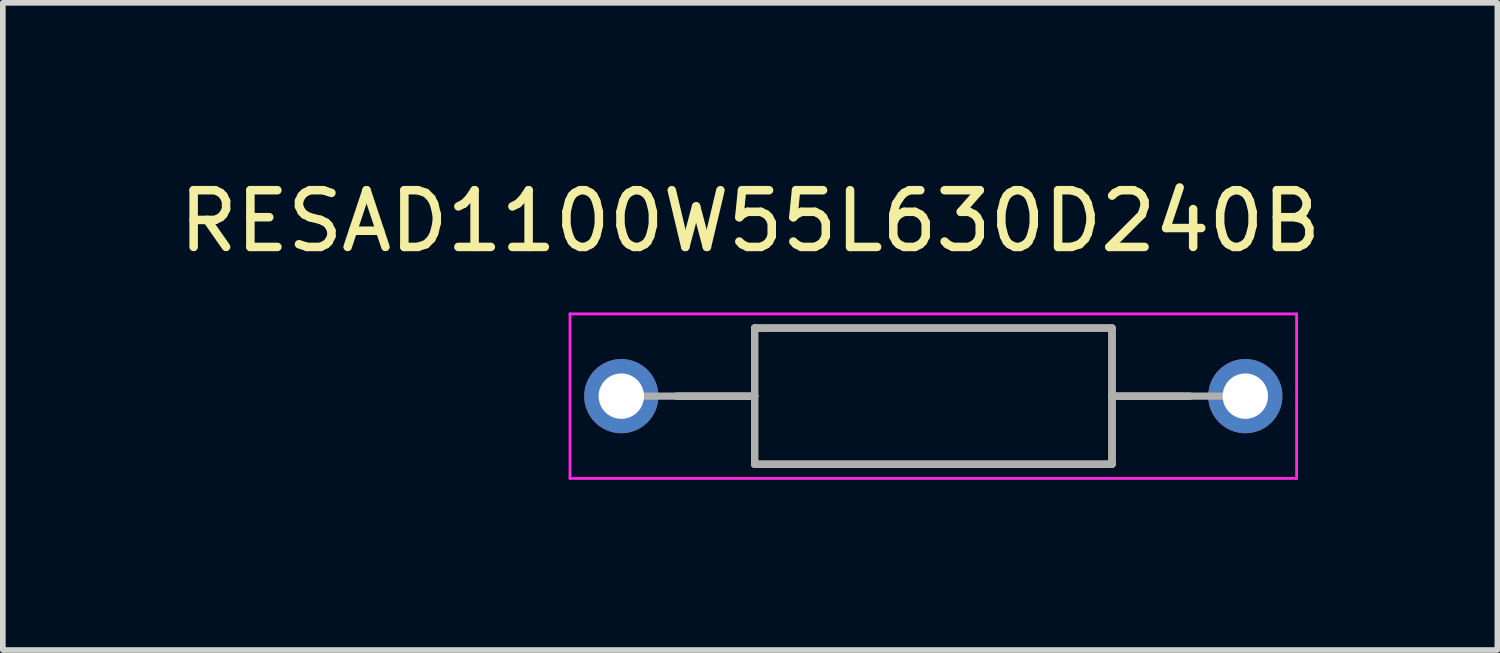
<source format=kicad_pcb>
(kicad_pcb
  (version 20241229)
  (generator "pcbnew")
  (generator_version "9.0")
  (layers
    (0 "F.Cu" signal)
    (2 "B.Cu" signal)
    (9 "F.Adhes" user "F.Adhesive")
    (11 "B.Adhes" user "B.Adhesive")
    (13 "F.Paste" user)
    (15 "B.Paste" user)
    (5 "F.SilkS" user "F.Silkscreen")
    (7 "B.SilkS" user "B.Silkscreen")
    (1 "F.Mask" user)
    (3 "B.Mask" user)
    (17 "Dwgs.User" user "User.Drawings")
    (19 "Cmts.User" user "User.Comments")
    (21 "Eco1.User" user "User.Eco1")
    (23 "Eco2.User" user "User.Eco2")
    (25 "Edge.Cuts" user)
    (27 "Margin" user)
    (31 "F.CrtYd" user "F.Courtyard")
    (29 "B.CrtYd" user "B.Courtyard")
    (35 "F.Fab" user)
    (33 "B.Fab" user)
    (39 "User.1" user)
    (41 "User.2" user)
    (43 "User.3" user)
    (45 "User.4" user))
  (footprint "RESAD1100W55L630D240B"
    (layer "F.Cu")
    (at 13.402 3.933)
    (property "Reference" "RESAD1100W55L630D240B" (at -3.229 -3.085 0) (layer "F.SilkS") (effects (font (size 1 1) (thickness 0.15))))
    (attr through_hole)
    (fp_line (start -4.526 0) (end -3.15 0) (stroke (width 0.127) (type solid)) (layer "F.SilkS"))
    (fp_line (start -3.15 -1.2) (end 3.15 -1.2) (stroke (width 0.127) (type solid)) (layer "F.SilkS"))
    (fp_line (start -3.15 0) (end -3.15 -1.2) (stroke (width 0.127) (type solid)) (layer "F.SilkS"))
    (fp_line (start -3.15 1.2) (end -3.15 0) (stroke (width 0.127) (type solid)) (layer "F.SilkS"))
    (fp_line (start 3.15 -1.2) (end 3.15 0) (stroke (width 0.127) (type solid)) (layer "F.SilkS"))
    (fp_line (start 3.15 0) (end 3.15 1.2) (stroke (width 0.127) (type solid)) (layer "F.SilkS"))
    (fp_line (start 3.15 0) (end 4.526 0) (stroke (width 0.127) (type solid)) (layer "F.SilkS"))
    (fp_line (start 3.15 1.2) (end -3.15 1.2) (stroke (width 0.127) (type solid)) (layer "F.SilkS"))
    (fp_line (start -6.404 -1.45) (end -6.404 1.45) (stroke (width 0.05) (type solid)) (layer "F.CrtYd"))
    (fp_line (start -6.404 1.45) (end 6.404 1.45) (stroke (width 0.05) (type solid)) (layer "F.CrtYd"))
    (fp_line (start 6.404 -1.45) (end -6.404 -1.45) (stroke (width 0.05) (type solid)) (layer "F.CrtYd"))
    (fp_line (start 6.404 1.45) (end 6.404 -1.45) (stroke (width 0.05) (type solid)) (layer "F.CrtYd"))
    (fp_line (start -5.5 0) (end -3.15 0) (stroke (width 0.127) (type solid)) (layer "F.Fab"))
    (fp_line (start -3.15 -1.2) (end 3.15 -1.2) (stroke (width 0.127) (type solid)) (layer "F.Fab"))
    (fp_line (start -3.15 0) (end -3.15 -1.2) (stroke (width 0.127) (type solid)) (layer "F.Fab"))
    (fp_line (start -3.15 1.2) (end -3.15 0) (stroke (width 0.127) (type solid)) (layer "F.Fab"))
    (fp_line (start 3.15 -1.2) (end 3.15 0) (stroke (width 0.127) (type solid)) (layer "F.Fab"))
    (fp_line (start 3.15 0) (end 3.15 1.2) (stroke (width 0.127) (type solid)) (layer "F.Fab"))
    (fp_line (start 3.15 0) (end 5.5 0) (stroke (width 0.127) (type solid)) (layer "F.Fab"))
    (fp_line (start 3.15 1.2) (end -3.15 1.2) (stroke (width 0.127) (type solid)) (layer "F.Fab"))
    (pad "1" thru_hole circle (at -5.5 0) (size 1.308 1.308) (drill 0.8) (layers "*.Cu" "*.Mask"))
    (pad "2" thru_hole circle (at 5.5 0) (size 1.308 1.308) (drill 0.8) (layers "*.Cu" "*.Mask")))
  (gr_rect
    (start -3 -3)
    (end 23.345 8.408)
    (stroke (width 0.1) (type default))
    (fill no)
    (layer "Edge.Cuts")))
</source>
